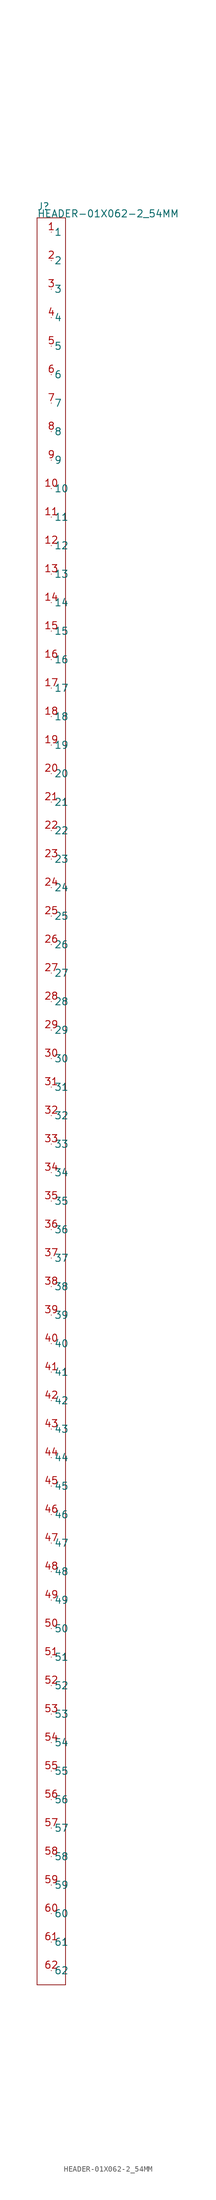
<source format=kicad_sym>
(kicad_symbol_lib
  (version 20211014)
  (generator kicad_symbol_editor)
  (symbol "HEADER-01X062-2_54MM"
    (pin_names)
    (property "Reference" "J"
      (at -2.54 158.75 0)
      (effects (font (size 1.27 1.27)) (justify left bottom)))
    (property "Value" "HEADER-01X062-2_54MM"
      (at -2.54 157.48 0)
      (effects (font (size 1.27 1.27)) (justify left bottom)))
    (property "Datasheet" ""
      (at 0 0 0))
    (property "ki_description" "Header 1x62  - Header Vertical 62POS 2.54MM Technical Specifications: Pitch: 0.1\" (2.54mm) "
      (at 0 0 0))
    (property "ki_fp_filters" "FlashPCB_Connectors:HEADER-THT-01X062-2_54MM FlashPCB_Connectors:HEADER-THT-LONG-01X062-2_54MM FlashPCB_Connectors:HEADER-THT-NOSILK-01X062-2_54MM FlashPCB_Connectors:HEADER-THT-LONG-NOSILK-01X062-2_54MM"
      (at 0 0 0))
    (symbol "HEADER-01X062-2_54MM_1_1"
      (polyline (pts (xy -2.54 157.48) (xy 2.54 157.48)) (stroke (width 0.127)) (fill (type none)))
      (polyline (pts (xy 2.54 157.48) (xy 2.54 -157.48)) (stroke (width 0.127)) (fill (type none)))
      (polyline (pts (xy 2.54 -157.48) (xy -2.54 -157.48)) (stroke (width 0.127)) (fill (type none)))
      (polyline (pts (xy -2.54 -157.48) (xy -2.54 157.48)) (stroke (width 0.127)) (fill (type none)))
      (pin bidirectional line (at 0 154.94 0) (length 0) (name "1" (effects (font (size 1.27 1.27)))) (number "1" (effects (font (size 1.27 1.27)))))
      (pin bidirectional line (at 0 149.86 0) (length 0) (name "2" (effects (font (size 1.27 1.27)))) (number "2" (effects (font (size 1.27 1.27)))))
      (pin bidirectional line (at 0 144.78 0) (length 0) (name "3" (effects (font (size 1.27 1.27)))) (number "3" (effects (font (size 1.27 1.27)))))
      (pin bidirectional line (at 0 139.7 0) (length 0) (name "4" (effects (font (size 1.27 1.27)))) (number "4" (effects (font (size 1.27 1.27)))))
      (pin bidirectional line (at 0 134.62 0) (length 0) (name "5" (effects (font (size 1.27 1.27)))) (number "5" (effects (font (size 1.27 1.27)))))
      (pin bidirectional line (at 0 129.54 0) (length 0) (name "6" (effects (font (size 1.27 1.27)))) (number "6" (effects (font (size 1.27 1.27)))))
      (pin bidirectional line (at 0 124.46 0) (length 0) (name "7" (effects (font (size 1.27 1.27)))) (number "7" (effects (font (size 1.27 1.27)))))
      (pin bidirectional line (at 0 119.38 0) (length 0) (name "8" (effects (font (size 1.27 1.27)))) (number "8" (effects (font (size 1.27 1.27)))))
      (pin bidirectional line (at 0 114.3 0) (length 0) (name "9" (effects (font (size 1.27 1.27)))) (number "9" (effects (font (size 1.27 1.27)))))
      (pin bidirectional line (at 0 109.22 0) (length 0) (name "10" (effects (font (size 1.27 1.27)))) (number "10" (effects (font (size 1.27 1.27)))))
      (pin bidirectional line (at 0 104.14 0) (length 0) (name "11" (effects (font (size 1.27 1.27)))) (number "11" (effects (font (size 1.27 1.27)))))
      (pin bidirectional line (at 0 99.06 0) (length 0) (name "12" (effects (font (size 1.27 1.27)))) (number "12" (effects (font (size 1.27 1.27)))))
      (pin bidirectional line (at 0 93.98 0) (length 0) (name "13" (effects (font (size 1.27 1.27)))) (number "13" (effects (font (size 1.27 1.27)))))
      (pin bidirectional line (at 0 88.9 0) (length 0) (name "14" (effects (font (size 1.27 1.27)))) (number "14" (effects (font (size 1.27 1.27)))))
      (pin bidirectional line (at 0 83.82 0) (length 0) (name "15" (effects (font (size 1.27 1.27)))) (number "15" (effects (font (size 1.27 1.27)))))
      (pin bidirectional line (at 0 78.74 0) (length 0) (name "16" (effects (font (size 1.27 1.27)))) (number "16" (effects (font (size 1.27 1.27)))))
      (pin bidirectional line (at 0 73.66 0) (length 0) (name "17" (effects (font (size 1.27 1.27)))) (number "17" (effects (font (size 1.27 1.27)))))
      (pin bidirectional line (at 0 68.58 0) (length 0) (name "18" (effects (font (size 1.27 1.27)))) (number "18" (effects (font (size 1.27 1.27)))))
      (pin bidirectional line (at 0 63.5 0) (length 0) (name "19" (effects (font (size 1.27 1.27)))) (number "19" (effects (font (size 1.27 1.27)))))
      (pin bidirectional line (at 0 58.42 0) (length 0) (name "20" (effects (font (size 1.27 1.27)))) (number "20" (effects (font (size 1.27 1.27)))))
      (pin bidirectional line (at 0 53.34 0) (length 0) (name "21" (effects (font (size 1.27 1.27)))) (number "21" (effects (font (size 1.27 1.27)))))
      (pin bidirectional line (at 0 48.26 0) (length 0) (name "22" (effects (font (size 1.27 1.27)))) (number "22" (effects (font (size 1.27 1.27)))))
      (pin bidirectional line (at 0 43.18 0) (length 0) (name "23" (effects (font (size 1.27 1.27)))) (number "23" (effects (font (size 1.27 1.27)))))
      (pin bidirectional line (at 0 38.1 0) (length 0) (name "24" (effects (font (size 1.27 1.27)))) (number "24" (effects (font (size 1.27 1.27)))))
      (pin bidirectional line (at 0 33.02 0) (length 0) (name "25" (effects (font (size 1.27 1.27)))) (number "25" (effects (font (size 1.27 1.27)))))
      (pin bidirectional line (at 0 27.94 0) (length 0) (name "26" (effects (font (size 1.27 1.27)))) (number "26" (effects (font (size 1.27 1.27)))))
      (pin bidirectional line (at 0 22.86 0) (length 0) (name "27" (effects (font (size 1.27 1.27)))) (number "27" (effects (font (size 1.27 1.27)))))
      (pin bidirectional line (at 0 17.78 0) (length 0) (name "28" (effects (font (size 1.27 1.27)))) (number "28" (effects (font (size 1.27 1.27)))))
      (pin bidirectional line (at 0 12.7 0) (length 0) (name "29" (effects (font (size 1.27 1.27)))) (number "29" (effects (font (size 1.27 1.27)))))
      (pin bidirectional line (at 0 7.62 0) (length 0) (name "30" (effects (font (size 1.27 1.27)))) (number "30" (effects (font (size 1.27 1.27)))))
      (pin bidirectional line (at 0 2.54 0) (length 0) (name "31" (effects (font (size 1.27 1.27)))) (number "31" (effects (font (size 1.27 1.27)))))
      (pin bidirectional line (at 0 -2.54 0) (length 0) (name "32" (effects (font (size 1.27 1.27)))) (number "32" (effects (font (size 1.27 1.27)))))
      (pin bidirectional line (at 0 -7.62 0) (length 0) (name "33" (effects (font (size 1.27 1.27)))) (number "33" (effects (font (size 1.27 1.27)))))
      (pin bidirectional line (at 0 -12.7 0) (length 0) (name "34" (effects (font (size 1.27 1.27)))) (number "34" (effects (font (size 1.27 1.27)))))
      (pin bidirectional line (at 0 -17.78 0) (length 0) (name "35" (effects (font (size 1.27 1.27)))) (number "35" (effects (font (size 1.27 1.27)))))
      (pin bidirectional line (at 0 -22.86 0) (length 0) (name "36" (effects (font (size 1.27 1.27)))) (number "36" (effects (font (size 1.27 1.27)))))
      (pin bidirectional line (at 0 -27.94 0) (length 0) (name "37" (effects (font (size 1.27 1.27)))) (number "37" (effects (font (size 1.27 1.27)))))
      (pin bidirectional line (at 0 -33.02 0) (length 0) (name "38" (effects (font (size 1.27 1.27)))) (number "38" (effects (font (size 1.27 1.27)))))
      (pin bidirectional line (at 0 -38.1 0) (length 0) (name "39" (effects (font (size 1.27 1.27)))) (number "39" (effects (font (size 1.27 1.27)))))
      (pin bidirectional line (at 0 -43.18 0) (length 0) (name "40" (effects (font (size 1.27 1.27)))) (number "40" (effects (font (size 1.27 1.27)))))
      (pin bidirectional line (at 0 -48.26 0) (length 0) (name "41" (effects (font (size 1.27 1.27)))) (number "41" (effects (font (size 1.27 1.27)))))
      (pin bidirectional line (at 0 -53.34 0) (length 0) (name "42" (effects (font (size 1.27 1.27)))) (number "42" (effects (font (size 1.27 1.27)))))
      (pin bidirectional line (at 0 -58.42 0) (length 0) (name "43" (effects (font (size 1.27 1.27)))) (number "43" (effects (font (size 1.27 1.27)))))
      (pin bidirectional line (at 0 -63.5 0) (length 0) (name "44" (effects (font (size 1.27 1.27)))) (number "44" (effects (font (size 1.27 1.27)))))
      (pin bidirectional line (at 0 -68.58 0) (length 0) (name "45" (effects (font (size 1.27 1.27)))) (number "45" (effects (font (size 1.27 1.27)))))
      (pin bidirectional line (at 0 -73.66 0) (length 0) (name "46" (effects (font (size 1.27 1.27)))) (number "46" (effects (font (size 1.27 1.27)))))
      (pin bidirectional line (at 0 -78.74 0) (length 0) (name "47" (effects (font (size 1.27 1.27)))) (number "47" (effects (font (size 1.27 1.27)))))
      (pin bidirectional line (at 0 -83.82 0) (length 0) (name "48" (effects (font (size 1.27 1.27)))) (number "48" (effects (font (size 1.27 1.27)))))
      (pin bidirectional line (at 0 -88.9 0) (length 0) (name "49" (effects (font (size 1.27 1.27)))) (number "49" (effects (font (size 1.27 1.27)))))
      (pin bidirectional line (at 0 -93.98 0) (length 0) (name "50" (effects (font (size 1.27 1.27)))) (number "50" (effects (font (size 1.27 1.27)))))
      (pin bidirectional line (at 0 -99.06 0) (length 0) (name "51" (effects (font (size 1.27 1.27)))) (number "51" (effects (font (size 1.27 1.27)))))
      (pin bidirectional line (at 0 -104.14 0) (length 0) (name "52" (effects (font (size 1.27 1.27)))) (number "52" (effects (font (size 1.27 1.27)))))
      (pin bidirectional line (at 0 -109.22 0) (length 0) (name "53" (effects (font (size 1.27 1.27)))) (number "53" (effects (font (size 1.27 1.27)))))
      (pin bidirectional line (at 0 -114.3 0) (length 0) (name "54" (effects (font (size 1.27 1.27)))) (number "54" (effects (font (size 1.27 1.27)))))
      (pin bidirectional line (at 0 -119.38 0) (length 0) (name "55" (effects (font (size 1.27 1.27)))) (number "55" (effects (font (size 1.27 1.27)))))
      (pin bidirectional line (at 0 -124.46 0) (length 0) (name "56" (effects (font (size 1.27 1.27)))) (number "56" (effects (font (size 1.27 1.27)))))
      (pin bidirectional line (at 0 -129.54 0) (length 0) (name "57" (effects (font (size 1.27 1.27)))) (number "57" (effects (font (size 1.27 1.27)))))
      (pin bidirectional line (at 0 -134.62 0) (length 0) (name "58" (effects (font (size 1.27 1.27)))) (number "58" (effects (font (size 1.27 1.27)))))
      (pin bidirectional line (at 0 -139.7 0) (length 0) (name "59" (effects (font (size 1.27 1.27)))) (number "59" (effects (font (size 1.27 1.27)))))
      (pin bidirectional line (at 0 -144.78 0) (length 0) (name "60" (effects (font (size 1.27 1.27)))) (number "60" (effects (font (size 1.27 1.27)))))
      (pin bidirectional line (at 0 -149.86 0) (length 0) (name "61" (effects (font (size 1.27 1.27)))) (number "61" (effects (font (size 1.27 1.27)))))
      (pin bidirectional line (at 0 -154.94 0) (length 0) (name "62" (effects (font (size 1.27 1.27)))) (number "62" (effects (font (size 1.27 1.27))))))))
</source>
